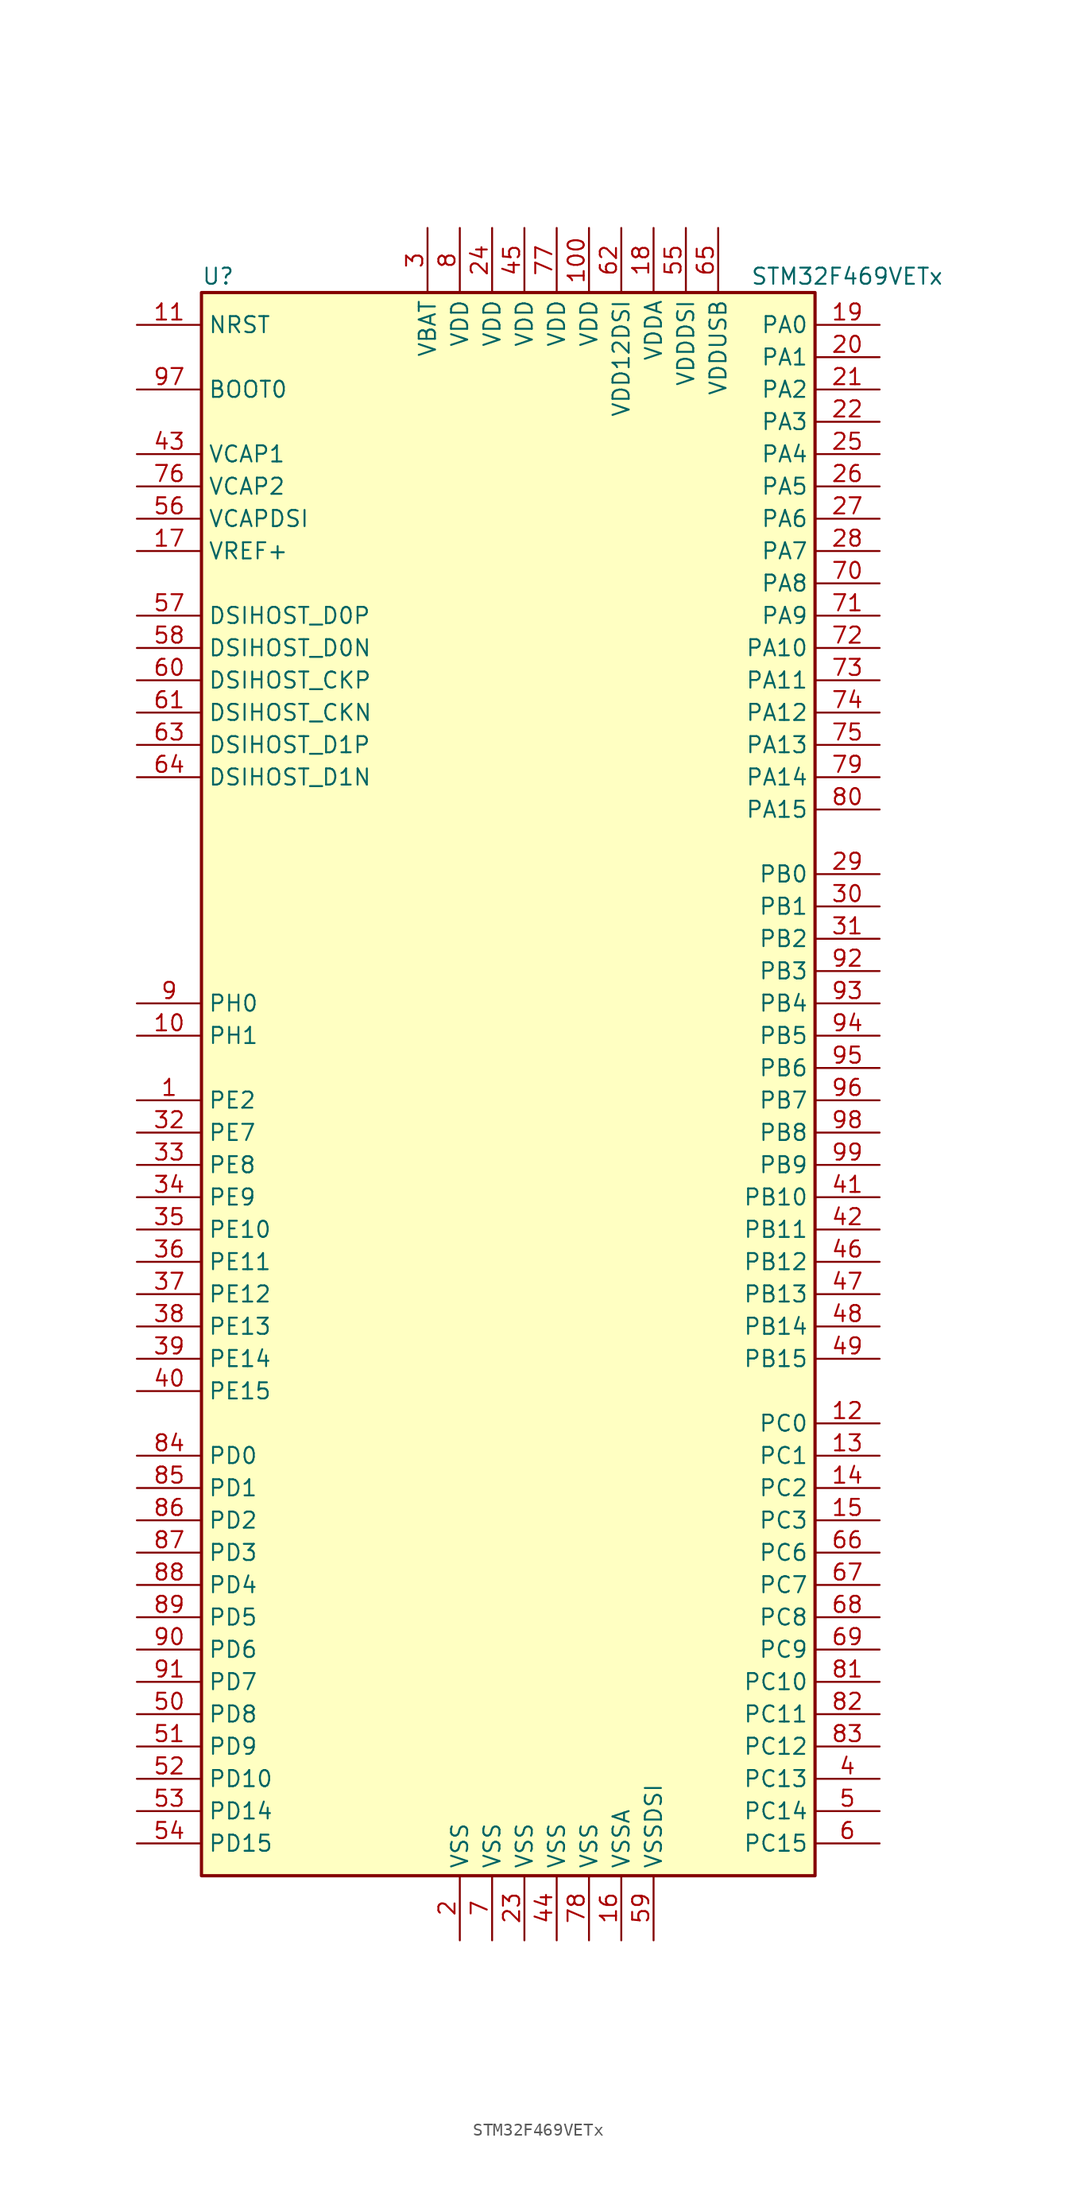
<source format=kicad_sym>
(kicad_symbol_lib
  (version 20220914)
  (generator kicad_symbol_editor)
  (symbol "STM32F469VETx"
    (property "Reference" "U"
      (at -25.4 62.23 0)
      (effects (font (size 1.27 1.27)) (justify left)))
    (property "Value" "STM32F469VETx"
      (at 17.78 62.23 0)
      (effects (font (size 1.27 1.27)) (justify left)))
    (symbol "STM32F469VETx_0_1"
      (rectangle (start -25.4 -63.5) (end 22.86 60.96) (stroke (width 0.254) (type default)) (fill (type background))))
    (symbol "STM32F469VETx_1_1"
      (pin bidirectional line (at -30.48 -2.54 0) (length 5.08) (name "PE2" (effects (font (size 1.27 1.27)))) (number "1" (effects (font (size 1.27 1.27)))))
      (pin input line (at -30.48 2.54 0) (length 5.08) (name "PH1" (effects (font (size 1.27 1.27)))) (number "10" (effects (font (size 1.27 1.27)))))
      (pin power_in line (at 5.08 66.04 270) (length 5.08) (name "VDD" (effects (font (size 1.27 1.27)))) (number "100" (effects (font (size 1.27 1.27)))))
      (pin input line (at -30.48 58.42 0) (length 5.08) (name "NRST" (effects (font (size 1.27 1.27)))) (number "11" (effects (font (size 1.27 1.27)))))
      (pin bidirectional line (at 27.94 -27.94 180) (length 5.08) (name "PC0" (effects (font (size 1.27 1.27)))) (number "12" (effects (font (size 1.27 1.27)))))
      (pin bidirectional line (at 27.94 -30.48 180) (length 5.08) (name "PC1" (effects (font (size 1.27 1.27)))) (number "13" (effects (font (size 1.27 1.27)))))
      (pin bidirectional line (at 27.94 -33.02 180) (length 5.08) (name "PC2" (effects (font (size 1.27 1.27)))) (number "14" (effects (font (size 1.27 1.27)))))
      (pin bidirectional line (at 27.94 -35.56 180) (length 5.08) (name "PC3" (effects (font (size 1.27 1.27)))) (number "15" (effects (font (size 1.27 1.27)))))
      (pin power_in line (at 7.62 -68.58 90) (length 5.08) (name "VSSA" (effects (font (size 1.27 1.27)))) (number "16" (effects (font (size 1.27 1.27)))))
      (pin power_in line (at -30.48 40.64 0) (length 5.08) (name "VREF+" (effects (font (size 1.27 1.27)))) (number "17" (effects (font (size 1.27 1.27)))))
      (pin power_in line (at 10.16 66.04 270) (length 5.08) (name "VDDA" (effects (font (size 1.27 1.27)))) (number "18" (effects (font (size 1.27 1.27)))))
      (pin bidirectional line (at 27.94 58.42 180) (length 5.08) (name "PA0" (effects (font (size 1.27 1.27)))) (number "19" (effects (font (size 1.27 1.27)))))
      (pin power_in line (at -5.08 -68.58 90) (length 5.08) (name "VSS" (effects (font (size 1.27 1.27)))) (number "2" (effects (font (size 1.27 1.27)))))
      (pin bidirectional line (at 27.94 55.88 180) (length 5.08) (name "PA1" (effects (font (size 1.27 1.27)))) (number "20" (effects (font (size 1.27 1.27)))))
      (pin bidirectional line (at 27.94 53.34 180) (length 5.08) (name "PA2" (effects (font (size 1.27 1.27)))) (number "21" (effects (font (size 1.27 1.27)))))
      (pin bidirectional line (at 27.94 50.8 180) (length 5.08) (name "PA3" (effects (font (size 1.27 1.27)))) (number "22" (effects (font (size 1.27 1.27)))))
      (pin power_in line (at 0 -68.58 90) (length 5.08) (name "VSS" (effects (font (size 1.27 1.27)))) (number "23" (effects (font (size 1.27 1.27)))))
      (pin power_in line (at -2.54 66.04 270) (length 5.08) (name "VDD" (effects (font (size 1.27 1.27)))) (number "24" (effects (font (size 1.27 1.27)))))
      (pin bidirectional line (at 27.94 48.26 180) (length 5.08) (name "PA4" (effects (font (size 1.27 1.27)))) (number "25" (effects (font (size 1.27 1.27)))))
      (pin bidirectional line (at 27.94 45.72 180) (length 5.08) (name "PA5" (effects (font (size 1.27 1.27)))) (number "26" (effects (font (size 1.27 1.27)))))
      (pin bidirectional line (at 27.94 43.18 180) (length 5.08) (name "PA6" (effects (font (size 1.27 1.27)))) (number "27" (effects (font (size 1.27 1.27)))))
      (pin bidirectional line (at 27.94 40.64 180) (length 5.08) (name "PA7" (effects (font (size 1.27 1.27)))) (number "28" (effects (font (size 1.27 1.27)))))
      (pin bidirectional line (at 27.94 15.24 180) (length 5.08) (name "PB0" (effects (font (size 1.27 1.27)))) (number "29" (effects (font (size 1.27 1.27)))))
      (pin power_in line (at -7.62 66.04 270) (length 5.08) (name "VBAT" (effects (font (size 1.27 1.27)))) (number "3" (effects (font (size 1.27 1.27)))))
      (pin bidirectional line (at 27.94 12.7 180) (length 5.08) (name "PB1" (effects (font (size 1.27 1.27)))) (number "30" (effects (font (size 1.27 1.27)))))
      (pin bidirectional line (at 27.94 10.16 180) (length 5.08) (name "PB2" (effects (font (size 1.27 1.27)))) (number "31" (effects (font (size 1.27 1.27)))))
      (pin bidirectional line (at -30.48 -5.08 0) (length 5.08) (name "PE7" (effects (font (size 1.27 1.27)))) (number "32" (effects (font (size 1.27 1.27)))))
      (pin bidirectional line (at -30.48 -7.62 0) (length 5.08) (name "PE8" (effects (font (size 1.27 1.27)))) (number "33" (effects (font (size 1.27 1.27)))))
      (pin bidirectional line (at -30.48 -10.16 0) (length 5.08) (name "PE9" (effects (font (size 1.27 1.27)))) (number "34" (effects (font (size 1.27 1.27)))))
      (pin bidirectional line (at -30.48 -12.7 0) (length 5.08) (name "PE10" (effects (font (size 1.27 1.27)))) (number "35" (effects (font (size 1.27 1.27)))))
      (pin bidirectional line (at -30.48 -15.24 0) (length 5.08) (name "PE11" (effects (font (size 1.27 1.27)))) (number "36" (effects (font (size 1.27 1.27)))))
      (pin bidirectional line (at -30.48 -17.78 0) (length 5.08) (name "PE12" (effects (font (size 1.27 1.27)))) (number "37" (effects (font (size 1.27 1.27)))))
      (pin bidirectional line (at -30.48 -20.32 0) (length 5.08) (name "PE13" (effects (font (size 1.27 1.27)))) (number "38" (effects (font (size 1.27 1.27)))))
      (pin bidirectional line (at -30.48 -22.86 0) (length 5.08) (name "PE14" (effects (font (size 1.27 1.27)))) (number "39" (effects (font (size 1.27 1.27)))))
      (pin bidirectional line (at 27.94 -55.88 180) (length 5.08) (name "PC13" (effects (font (size 1.27 1.27)))) (number "4" (effects (font (size 1.27 1.27)))))
      (pin bidirectional line (at -30.48 -25.4 0) (length 5.08) (name "PE15" (effects (font (size 1.27 1.27)))) (number "40" (effects (font (size 1.27 1.27)))))
      (pin bidirectional line (at 27.94 -10.16 180) (length 5.08) (name "PB10" (effects (font (size 1.27 1.27)))) (number "41" (effects (font (size 1.27 1.27)))))
      (pin bidirectional line (at 27.94 -12.7 180) (length 5.08) (name "PB11" (effects (font (size 1.27 1.27)))) (number "42" (effects (font (size 1.27 1.27)))))
      (pin power_in line (at -30.48 48.26 0) (length 5.08) (name "VCAP1" (effects (font (size 1.27 1.27)))) (number "43" (effects (font (size 1.27 1.27)))))
      (pin power_in line (at 2.54 -68.58 90) (length 5.08) (name "VSS" (effects (font (size 1.27 1.27)))) (number "44" (effects (font (size 1.27 1.27)))))
      (pin power_in line (at 0 66.04 270) (length 5.08) (name "VDD" (effects (font (size 1.27 1.27)))) (number "45" (effects (font (size 1.27 1.27)))))
      (pin bidirectional line (at 27.94 -15.24 180) (length 5.08) (name "PB12" (effects (font (size 1.27 1.27)))) (number "46" (effects (font (size 1.27 1.27)))))
      (pin bidirectional line (at 27.94 -17.78 180) (length 5.08) (name "PB13" (effects (font (size 1.27 1.27)))) (number "47" (effects (font (size 1.27 1.27)))))
      (pin bidirectional line (at 27.94 -20.32 180) (length 5.08) (name "PB14" (effects (font (size 1.27 1.27)))) (number "48" (effects (font (size 1.27 1.27)))))
      (pin bidirectional line (at 27.94 -22.86 180) (length 5.08) (name "PB15" (effects (font (size 1.27 1.27)))) (number "49" (effects (font (size 1.27 1.27)))))
      (pin bidirectional line (at 27.94 -58.42 180) (length 5.08) (name "PC14" (effects (font (size 1.27 1.27)))) (number "5" (effects (font (size 1.27 1.27)))))
      (pin bidirectional line (at -30.48 -50.8 0) (length 5.08) (name "PD8" (effects (font (size 1.27 1.27)))) (number "50" (effects (font (size 1.27 1.27)))))
      (pin bidirectional line (at -30.48 -53.34 0) (length 5.08) (name "PD9" (effects (font (size 1.27 1.27)))) (number "51" (effects (font (size 1.27 1.27)))))
      (pin bidirectional line (at -30.48 -55.88 0) (length 5.08) (name "PD10" (effects (font (size 1.27 1.27)))) (number "52" (effects (font (size 1.27 1.27)))))
      (pin bidirectional line (at -30.48 -58.42 0) (length 5.08) (name "PD14" (effects (font (size 1.27 1.27)))) (number "53" (effects (font (size 1.27 1.27)))))
      (pin bidirectional line (at -30.48 -60.96 0) (length 5.08) (name "PD15" (effects (font (size 1.27 1.27)))) (number "54" (effects (font (size 1.27 1.27)))))
      (pin power_in line (at 12.7 66.04 270) (length 5.08) (name "VDDDSI" (effects (font (size 1.27 1.27)))) (number "55" (effects (font (size 1.27 1.27)))))
      (pin power_in line (at -30.48 43.18 0) (length 5.08) (name "VCAPDSI" (effects (font (size 1.27 1.27)))) (number "56" (effects (font (size 1.27 1.27)))))
      (pin bidirectional line (at -30.48 35.56 0) (length 5.08) (name "DSIHOST_D0P" (effects (font (size 1.27 1.27)))) (number "57" (effects (font (size 1.27 1.27)))))
      (pin bidirectional line (at -30.48 33.02 0) (length 5.08) (name "DSIHOST_D0N" (effects (font (size 1.27 1.27)))) (number "58" (effects (font (size 1.27 1.27)))))
      (pin power_in line (at 10.16 -68.58 90) (length 5.08) (name "VSSDSI" (effects (font (size 1.27 1.27)))) (number "59" (effects (font (size 1.27 1.27)))))
      (pin bidirectional line (at 27.94 -60.96 180) (length 5.08) (name "PC15" (effects (font (size 1.27 1.27)))) (number "6" (effects (font (size 1.27 1.27)))))
      (pin bidirectional line (at -30.48 30.48 0) (length 5.08) (name "DSIHOST_CKP" (effects (font (size 1.27 1.27)))) (number "60" (effects (font (size 1.27 1.27)))))
      (pin bidirectional line (at -30.48 27.94 0) (length 5.08) (name "DSIHOST_CKN" (effects (font (size 1.27 1.27)))) (number "61" (effects (font (size 1.27 1.27)))))
      (pin power_in line (at 7.62 66.04 270) (length 5.08) (name "VDD12DSI" (effects (font (size 1.27 1.27)))) (number "62" (effects (font (size 1.27 1.27)))))
      (pin bidirectional line (at -30.48 25.4 0) (length 5.08) (name "DSIHOST_D1P" (effects (font (size 1.27 1.27)))) (number "63" (effects (font (size 1.27 1.27)))))
      (pin bidirectional line (at -30.48 22.86 0) (length 5.08) (name "DSIHOST_D1N" (effects (font (size 1.27 1.27)))) (number "64" (effects (font (size 1.27 1.27)))))
      (pin power_in line (at 15.24 66.04 270) (length 5.08) (name "VDDUSB" (effects (font (size 1.27 1.27)))) (number "65" (effects (font (size 1.27 1.27)))))
      (pin bidirectional line (at 27.94 -38.1 180) (length 5.08) (name "PC6" (effects (font (size 1.27 1.27)))) (number "66" (effects (font (size 1.27 1.27)))))
      (pin bidirectional line (at 27.94 -40.64 180) (length 5.08) (name "PC7" (effects (font (size 1.27 1.27)))) (number "67" (effects (font (size 1.27 1.27)))))
      (pin bidirectional line (at 27.94 -43.18 180) (length 5.08) (name "PC8" (effects (font (size 1.27 1.27)))) (number "68" (effects (font (size 1.27 1.27)))))
      (pin bidirectional line (at 27.94 -45.72 180) (length 5.08) (name "PC9" (effects (font (size 1.27 1.27)))) (number "69" (effects (font (size 1.27 1.27)))))
      (pin power_in line (at -2.54 -68.58 90) (length 5.08) (name "VSS" (effects (font (size 1.27 1.27)))) (number "7" (effects (font (size 1.27 1.27)))))
      (pin bidirectional line (at 27.94 38.1 180) (length 5.08) (name "PA8" (effects (font (size 1.27 1.27)))) (number "70" (effects (font (size 1.27 1.27)))))
      (pin bidirectional line (at 27.94 35.56 180) (length 5.08) (name "PA9" (effects (font (size 1.27 1.27)))) (number "71" (effects (font (size 1.27 1.27)))))
      (pin bidirectional line (at 27.94 33.02 180) (length 5.08) (name "PA10" (effects (font (size 1.27 1.27)))) (number "72" (effects (font (size 1.27 1.27)))))
      (pin bidirectional line (at 27.94 30.48 180) (length 5.08) (name "PA11" (effects (font (size 1.27 1.27)))) (number "73" (effects (font (size 1.27 1.27)))))
      (pin bidirectional line (at 27.94 27.94 180) (length 5.08) (name "PA12" (effects (font (size 1.27 1.27)))) (number "74" (effects (font (size 1.27 1.27)))))
      (pin bidirectional line (at 27.94 25.4 180) (length 5.08) (name "PA13" (effects (font (size 1.27 1.27)))) (number "75" (effects (font (size 1.27 1.27)))))
      (pin power_in line (at -30.48 45.72 0) (length 5.08) (name "VCAP2" (effects (font (size 1.27 1.27)))) (number "76" (effects (font (size 1.27 1.27)))))
      (pin power_in line (at 2.54 66.04 270) (length 5.08) (name "VDD" (effects (font (size 1.27 1.27)))) (number "77" (effects (font (size 1.27 1.27)))))
      (pin power_in line (at 5.08 -68.58 90) (length 5.08) (name "VSS" (effects (font (size 1.27 1.27)))) (number "78" (effects (font (size 1.27 1.27)))))
      (pin bidirectional line (at 27.94 22.86 180) (length 5.08) (name "PA14" (effects (font (size 1.27 1.27)))) (number "79" (effects (font (size 1.27 1.27)))))
      (pin power_in line (at -5.08 66.04 270) (length 5.08) (name "VDD" (effects (font (size 1.27 1.27)))) (number "8" (effects (font (size 1.27 1.27)))))
      (pin bidirectional line (at 27.94 20.32 180) (length 5.08) (name "PA15" (effects (font (size 1.27 1.27)))) (number "80" (effects (font (size 1.27 1.27)))))
      (pin bidirectional line (at 27.94 -48.26 180) (length 5.08) (name "PC10" (effects (font (size 1.27 1.27)))) (number "81" (effects (font (size 1.27 1.27)))))
      (pin bidirectional line (at 27.94 -50.8 180) (length 5.08) (name "PC11" (effects (font (size 1.27 1.27)))) (number "82" (effects (font (size 1.27 1.27)))))
      (pin bidirectional line (at 27.94 -53.34 180) (length 5.08) (name "PC12" (effects (font (size 1.27 1.27)))) (number "83" (effects (font (size 1.27 1.27)))))
      (pin bidirectional line (at -30.48 -30.48 0) (length 5.08) (name "PD0" (effects (font (size 1.27 1.27)))) (number "84" (effects (font (size 1.27 1.27)))))
      (pin bidirectional line (at -30.48 -33.02 0) (length 5.08) (name "PD1" (effects (font (size 1.27 1.27)))) (number "85" (effects (font (size 1.27 1.27)))))
      (pin bidirectional line (at -30.48 -35.56 0) (length 5.08) (name "PD2" (effects (font (size 1.27 1.27)))) (number "86" (effects (font (size 1.27 1.27)))))
      (pin bidirectional line (at -30.48 -38.1 0) (length 5.08) (name "PD3" (effects (font (size 1.27 1.27)))) (number "87" (effects (font (size 1.27 1.27)))))
      (pin bidirectional line (at -30.48 -40.64 0) (length 5.08) (name "PD4" (effects (font (size 1.27 1.27)))) (number "88" (effects (font (size 1.27 1.27)))))
      (pin bidirectional line (at -30.48 -43.18 0) (length 5.08) (name "PD5" (effects (font (size 1.27 1.27)))) (number "89" (effects (font (size 1.27 1.27)))))
      (pin input line (at -30.48 5.08 0) (length 5.08) (name "PH0" (effects (font (size 1.27 1.27)))) (number "9" (effects (font (size 1.27 1.27)))))
      (pin bidirectional line (at -30.48 -45.72 0) (length 5.08) (name "PD6" (effects (font (size 1.27 1.27)))) (number "90" (effects (font (size 1.27 1.27)))))
      (pin bidirectional line (at -30.48 -48.26 0) (length 5.08) (name "PD7" (effects (font (size 1.27 1.27)))) (number "91" (effects (font (size 1.27 1.27)))))
      (pin bidirectional line (at 27.94 7.62 180) (length 5.08) (name "PB3" (effects (font (size 1.27 1.27)))) (number "92" (effects (font (size 1.27 1.27)))))
      (pin bidirectional line (at 27.94 5.08 180) (length 5.08) (name "PB4" (effects (font (size 1.27 1.27)))) (number "93" (effects (font (size 1.27 1.27)))))
      (pin bidirectional line (at 27.94 2.54 180) (length 5.08) (name "PB5" (effects (font (size 1.27 1.27)))) (number "94" (effects (font (size 1.27 1.27)))))
      (pin bidirectional line (at 27.94 0 180) (length 5.08) (name "PB6" (effects (font (size 1.27 1.27)))) (number "95" (effects (font (size 1.27 1.27)))))
      (pin bidirectional line (at 27.94 -2.54 180) (length 5.08) (name "PB7" (effects (font (size 1.27 1.27)))) (number "96" (effects (font (size 1.27 1.27)))))
      (pin input line (at -30.48 53.34 0) (length 5.08) (name "BOOT0" (effects (font (size 1.27 1.27)))) (number "97" (effects (font (size 1.27 1.27)))))
      (pin bidirectional line (at 27.94 -5.08 180) (length 5.08) (name "PB8" (effects (font (size 1.27 1.27)))) (number "98" (effects (font (size 1.27 1.27)))))
      (pin bidirectional line (at 27.94 -7.62 180) (length 5.08) (name "PB9" (effects (font (size 1.27 1.27)))) (number "99" (effects (font (size 1.27 1.27))))))))
</source>
